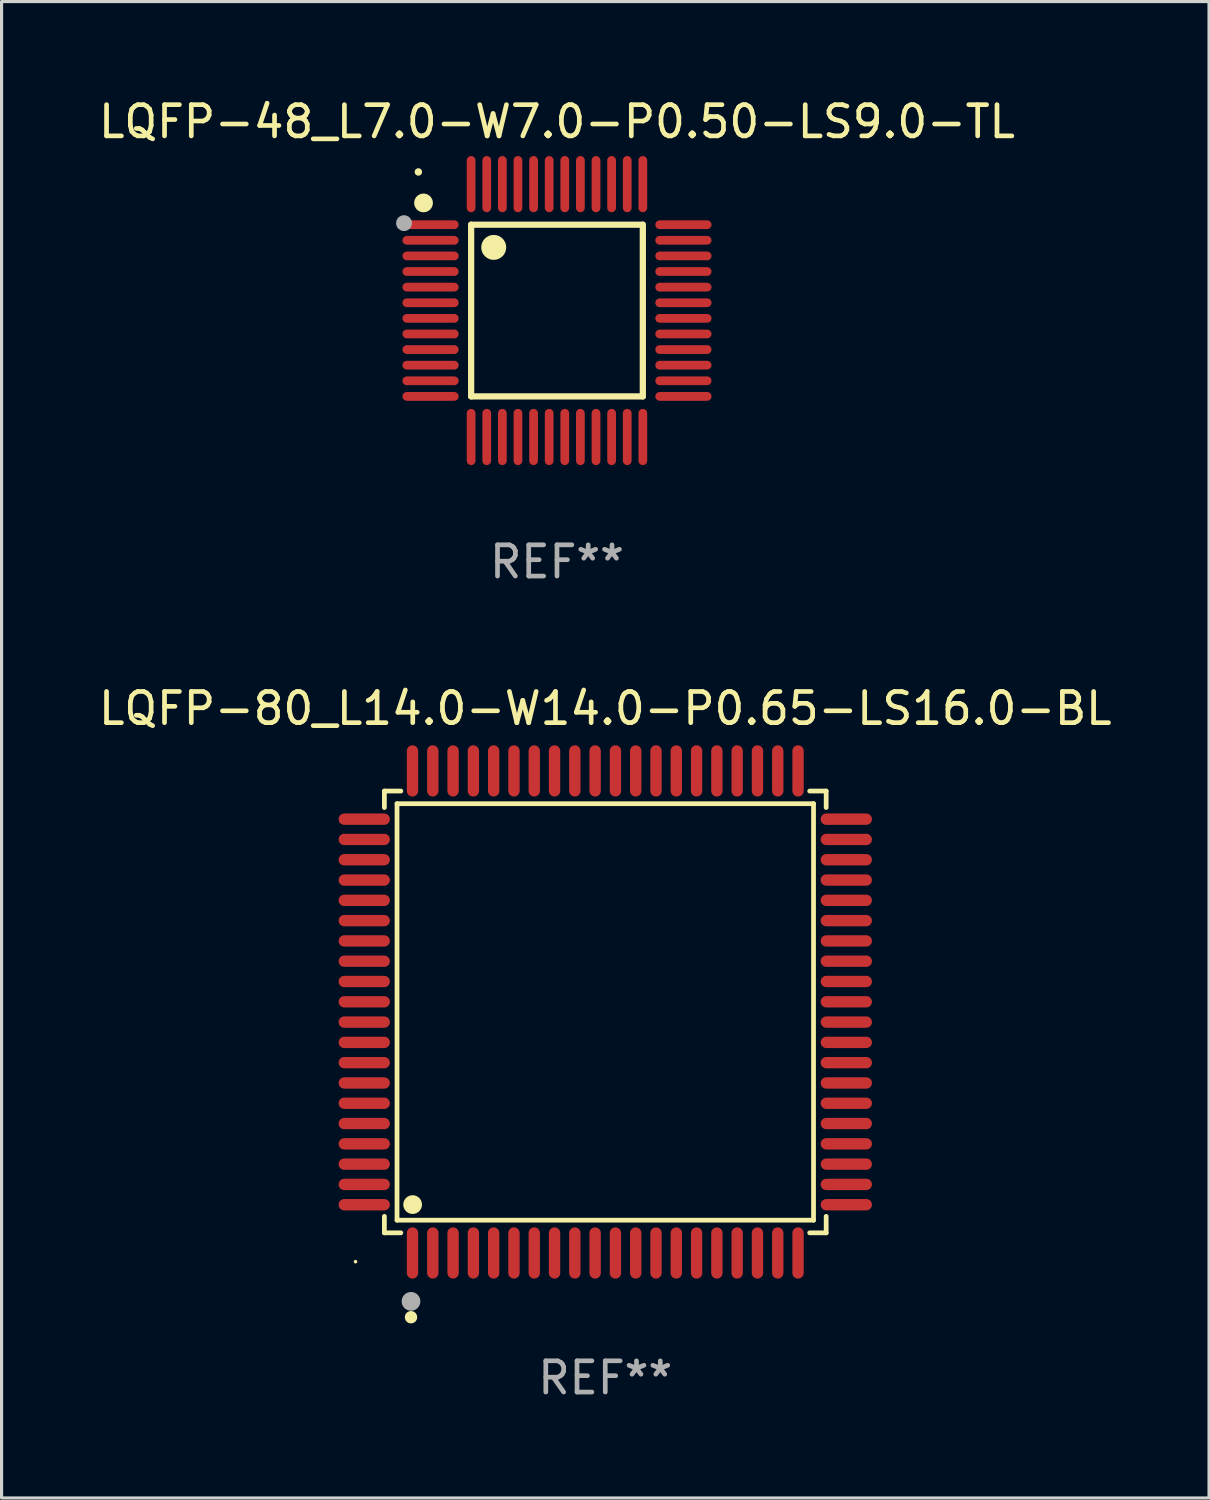
<source format=kicad_pcb>
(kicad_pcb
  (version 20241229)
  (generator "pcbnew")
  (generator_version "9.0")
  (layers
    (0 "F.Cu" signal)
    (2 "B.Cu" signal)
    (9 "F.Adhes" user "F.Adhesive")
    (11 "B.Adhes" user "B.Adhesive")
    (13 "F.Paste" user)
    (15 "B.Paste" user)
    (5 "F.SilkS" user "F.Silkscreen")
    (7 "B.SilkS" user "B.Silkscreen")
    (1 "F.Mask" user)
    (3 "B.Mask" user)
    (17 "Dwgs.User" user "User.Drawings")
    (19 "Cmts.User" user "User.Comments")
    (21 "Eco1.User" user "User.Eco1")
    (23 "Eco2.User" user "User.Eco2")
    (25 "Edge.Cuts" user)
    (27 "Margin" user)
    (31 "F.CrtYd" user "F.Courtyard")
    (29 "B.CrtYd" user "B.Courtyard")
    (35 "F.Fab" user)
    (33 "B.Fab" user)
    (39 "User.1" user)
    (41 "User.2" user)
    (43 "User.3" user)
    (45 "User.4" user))
  (footprint "LQFP-48_L7.0-W7.0-P0.50-LS9.0-TL"
    (layer "F.Cu")
    (at 14.792 6.898)
    (property "Reference" "LQFP-48_L7.0-W7.0-P0.50-LS9.0-TL" (at 0 -6.05 0) (layer "F.SilkS") (effects (font (size 1 1) (thickness 0.15))))
    (attr smd)
    (fp_line (start -2.75 -2.75) (end 2.75 -2.75) (stroke (width 0.2) (type solid)) (layer "F.SilkS"))
    (fp_line (start -2.75 2.75) (end -2.75 -2.75) (stroke (width 0.2) (type solid)) (layer "F.SilkS"))
    (fp_line (start 2.75 -2.75) (end 2.75 2.75) (stroke (width 0.2) (type solid)) (layer "F.SilkS"))
    (fp_line (start 2.75 2.75) (end -2.75 2.75) (stroke (width 0.2) (type solid)) (layer "F.SilkS"))
    (fp_arc (start -4.124968 -3.446787) (mid -4.424963 -3.448267) (end -4.124965 -3.448908) (stroke (width 0.3) (type solid)) (layer "F.SilkS"))
    (fp_arc (start -1.826264 -2.021844) (mid -2.22626 -2.02297) (end -1.826266 -2.024672) (stroke (width 0.4) (type solid)) (layer "F.SilkS"))
    (fp_circle (center -4.44 -4.44) (end -4.38 -4.44) (stroke (width 0.12) (type solid)) (fill no) (layer "F.SilkS"))
    (fp_circle (center -4.9 -2.8) (end -4.773 -2.8) (stroke (width 0.254) (type solid)) (fill no) (layer "F.Fab"))
    (fp_text user "REF**" (at 0 8.05 0) (layer "F.Fab") (effects (font (size 1 1) (thickness 0.15))))
    (pad "1" smd oval (at -4.05 -2.75 90) (size 0.28 1.8) (layers "F.Cu" "F.Mask" "F.Paste"))
    (pad "2" smd oval (at -4.05 -2.25 90) (size 0.28 1.8) (layers "F.Cu" "F.Mask" "F.Paste"))
    (pad "3" smd oval (at -4.05 -1.75 90) (size 0.28 1.8) (layers "F.Cu" "F.Mask" "F.Paste"))
    (pad "4" smd oval (at -4.05 -1.25 90) (size 0.28 1.8) (layers "F.Cu" "F.Mask" "F.Paste"))
    (pad "5" smd oval (at -4.05 -0.75 90) (size 0.28 1.8) (layers "F.Cu" "F.Mask" "F.Paste"))
    (pad "6" smd oval (at -4.05 -0.25 90) (size 0.28 1.8) (layers "F.Cu" "F.Mask" "F.Paste"))
    (pad "7" smd oval (at -4.05 0.25 90) (size 0.28 1.8) (layers "F.Cu" "F.Mask" "F.Paste"))
    (pad "8" smd oval (at -4.05 0.75 90) (size 0.28 1.8) (layers "F.Cu" "F.Mask" "F.Paste"))
    (pad "9" smd oval (at -4.05 1.25 90) (size 0.28 1.8) (layers "F.Cu" "F.Mask" "F.Paste"))
    (pad "10" smd oval (at -4.05 1.75 90) (size 0.28 1.8) (layers "F.Cu" "F.Mask" "F.Paste"))
    (pad "11" smd oval (at -4.05 2.25 90) (size 0.28 1.8) (layers "F.Cu" "F.Mask" "F.Paste"))
    (pad "12" smd oval (at -4.05 2.75 90) (size 0.28 1.8) (layers "F.Cu" "F.Mask" "F.Paste"))
    (pad "13" smd oval (at -2.75 4.05) (size 0.28 1.8) (layers "F.Cu" "F.Mask" "F.Paste"))
    (pad "14" smd oval (at -2.25 4.05) (size 0.28 1.8) (layers "F.Cu" "F.Mask" "F.Paste"))
    (pad "15" smd oval (at -1.75 4.05) (size 0.28 1.8) (layers "F.Cu" "F.Mask" "F.Paste"))
    (pad "16" smd oval (at -1.25 4.05) (size 0.28 1.8) (layers "F.Cu" "F.Mask" "F.Paste"))
    (pad "17" smd oval (at -0.75 4.05) (size 0.28 1.8) (layers "F.Cu" "F.Mask" "F.Paste"))
    (pad "18" smd oval (at -0.25 4.05) (size 0.28 1.8) (layers "F.Cu" "F.Mask" "F.Paste"))
    (pad "19" smd oval (at 0.25 4.05) (size 0.28 1.8) (layers "F.Cu" "F.Mask" "F.Paste"))
    (pad "20" smd oval (at 0.75 4.05) (size 0.28 1.8) (layers "F.Cu" "F.Mask" "F.Paste"))
    (pad "21" smd oval (at 1.25 4.05) (size 0.28 1.8) (layers "F.Cu" "F.Mask" "F.Paste"))
    (pad "22" smd oval (at 1.75 4.05) (size 0.28 1.8) (layers "F.Cu" "F.Mask" "F.Paste"))
    (pad "23" smd oval (at 2.25 4.05) (size 0.28 1.8) (layers "F.Cu" "F.Mask" "F.Paste"))
    (pad "24" smd oval (at 2.75 4.05) (size 0.28 1.8) (layers "F.Cu" "F.Mask" "F.Paste"))
    (pad "25" smd oval (at 4.05 2.75 90) (size 0.28 1.8) (layers "F.Cu" "F.Mask" "F.Paste"))
    (pad "26" smd oval (at 4.05 2.25 90) (size 0.28 1.8) (layers "F.Cu" "F.Mask" "F.Paste"))
    (pad "27" smd oval (at 4.05 1.75 90) (size 0.28 1.8) (layers "F.Cu" "F.Mask" "F.Paste"))
    (pad "28" smd oval (at 4.05 1.25 90) (size 0.28 1.8) (layers "F.Cu" "F.Mask" "F.Paste"))
    (pad "29" smd oval (at 4.05 0.75 90) (size 0.28 1.8) (layers "F.Cu" "F.Mask" "F.Paste"))
    (pad "30" smd oval (at 4.05 0.25 90) (size 0.28 1.8) (layers "F.Cu" "F.Mask" "F.Paste"))
    (pad "31" smd oval (at 4.05 -0.25 90) (size 0.28 1.8) (layers "F.Cu" "F.Mask" "F.Paste"))
    (pad "32" smd oval (at 4.05 -0.75 90) (size 0.28 1.8) (layers "F.Cu" "F.Mask" "F.Paste"))
    (pad "33" smd oval (at 4.05 -1.25 90) (size 0.28 1.8) (layers "F.Cu" "F.Mask" "F.Paste"))
    (pad "34" smd oval (at 4.05 -1.75 90) (size 0.28 1.8) (layers "F.Cu" "F.Mask" "F.Paste"))
    (pad "35" smd oval (at 4.05 -2.25 90) (size 0.28 1.8) (layers "F.Cu" "F.Mask" "F.Paste"))
    (pad "36" smd oval (at 4.05 -2.75 90) (size 0.28 1.8) (layers "F.Cu" "F.Mask" "F.Paste"))
    (pad "37" smd oval (at 2.75 -4.05) (size 0.28 1.8) (layers "F.Cu" "F.Mask" "F.Paste"))
    (pad "38" smd oval (at 2.25 -4.05) (size 0.28 1.8) (layers "F.Cu" "F.Mask" "F.Paste"))
    (pad "39" smd oval (at 1.75 -4.05) (size 0.28 1.8) (layers "F.Cu" "F.Mask" "F.Paste"))
    (pad "40" smd oval (at 1.25 -4.05) (size 0.28 1.8) (layers "F.Cu" "F.Mask" "F.Paste"))
    (pad "41" smd oval (at 0.75 -4.05) (size 0.28 1.8) (layers "F.Cu" "F.Mask" "F.Paste"))
    (pad "42" smd oval (at 0.25 -4.05) (size 0.28 1.8) (layers "F.Cu" "F.Mask" "F.Paste"))
    (pad "43" smd oval (at -0.25 -4.05) (size 0.28 1.8) (layers "F.Cu" "F.Mask" "F.Paste"))
    (pad "44" smd oval (at -0.75 -4.05) (size 0.28 1.8) (layers "F.Cu" "F.Mask" "F.Paste"))
    (pad "45" smd oval (at -1.25 -4.05) (size 0.28 1.8) (layers "F.Cu" "F.Mask" "F.Paste"))
    (pad "46" smd oval (at -1.75 -4.05) (size 0.28 1.8) (layers "F.Cu" "F.Mask" "F.Paste"))
    (pad "47" smd oval (at -2.25 -4.05) (size 0.28 1.8) (layers "F.Cu" "F.Mask" "F.Paste"))
    (pad "48" smd oval (at -2.75 -4.05) (size 0.28 1.8) (layers "F.Cu" "F.Mask" "F.Paste")))
  (footprint "LQFP-80_L14.0-W14.0-P0.65-LS16.0-BL"
    (layer "F.Cu")
    (at 16.339 29.366)
    (property "Reference" "LQFP-80_L14.0-W14.0-P0.65-LS16.0-BL" (at 0 -9.721 180) (layer "F.SilkS") (effects (font (size 1 1) (thickness 0.15))))
    (attr smd)
    (fp_line (start -7.076 -7.076) (end -6.548 -7.076) (stroke (width 0.152) (type solid)) (layer "F.SilkS"))
    (fp_line (start -7.076 -6.548) (end -7.076 -7.076) (stroke (width 0.152) (type solid)) (layer "F.SilkS"))
    (fp_line (start -7.076 6.548) (end -7.076 7.076) (stroke (width 0.152) (type solid)) (layer "F.SilkS"))
    (fp_line (start -7.076 7.076) (end -6.548 7.076) (stroke (width 0.152) (type solid)) (layer "F.SilkS"))
    (fp_line (start -6.671 -6.671) (end 6.671 -6.671) (stroke (width 0.152) (type solid)) (layer "F.SilkS"))
    (fp_line (start -6.671 6.671) (end -6.671 -6.671) (stroke (width 0.152) (type solid)) (layer "F.SilkS"))
    (fp_line (start 6.671 -6.671) (end 6.671 6.671) (stroke (width 0.152) (type solid)) (layer "F.SilkS"))
    (fp_line (start 6.671 6.671) (end -6.671 6.671) (stroke (width 0.152) (type solid)) (layer "F.SilkS"))
    (fp_line (start 7.076 -7.076) (end 6.548 -7.076) (stroke (width 0.152) (type solid)) (layer "F.SilkS"))
    (fp_line (start 7.076 -6.548) (end 7.076 -7.076) (stroke (width 0.152) (type solid)) (layer "F.SilkS"))
    (fp_line (start 7.076 6.548) (end 7.076 7.076) (stroke (width 0.152) (type solid)) (layer "F.SilkS"))
    (fp_line (start 7.076 7.076) (end 6.548 7.076) (stroke (width 0.152) (type solid)) (layer "F.SilkS"))
    (fp_circle (center -8 8) (end -7.97 8) (stroke (width 0.06) (type solid)) (fill no) (layer "F.SilkS"))
    (fp_circle (center -6.223 9.779) (end -6.123 9.779) (stroke (width 0.2) (type solid)) (fill no) (layer "F.SilkS"))
    (fp_circle (center -6.171 6.171) (end -6.021 6.171) (stroke (width 0.3) (type solid)) (fill no) (layer "F.SilkS"))
    (fp_circle (center -6.223 9.271) (end -6.073 9.271) (stroke (width 0.3) (type solid)) (fill no) (layer "F.Fab"))
    (fp_text user "REF**" (at 0 11.721 180) (layer "F.Fab") (effects (font (size 1 1) (thickness 0.15))))
    (pad "1" smd oval (at -6.175 7.721) (size 0.364 1.642) (layers "F.Cu" "F.Mask" "F.Paste"))
    (pad "2" smd oval (at -5.525 7.721) (size 0.364 1.642) (layers "F.Cu" "F.Mask" "F.Paste"))
    (pad "3" smd oval (at -4.875 7.721) (size 0.364 1.642) (layers "F.Cu" "F.Mask" "F.Paste"))
    (pad "4" smd oval (at -4.225 7.721) (size 0.364 1.642) (layers "F.Cu" "F.Mask" "F.Paste"))
    (pad "5" smd oval (at -3.575 7.721) (size 0.364 1.642) (layers "F.Cu" "F.Mask" "F.Paste"))
    (pad "6" smd oval (at -2.925 7.721) (size 0.364 1.642) (layers "F.Cu" "F.Mask" "F.Paste"))
    (pad "7" smd oval (at -2.275 7.721) (size 0.364 1.642) (layers "F.Cu" "F.Mask" "F.Paste"))
    (pad "8" smd oval (at -1.625 7.721) (size 0.364 1.642) (layers "F.Cu" "F.Mask" "F.Paste"))
    (pad "9" smd oval (at -0.975 7.721) (size 0.364 1.642) (layers "F.Cu" "F.Mask" "F.Paste"))
    (pad "10" smd oval (at -0.325 7.721) (size 0.364 1.642) (layers "F.Cu" "F.Mask" "F.Paste"))
    (pad "11" smd oval (at 0.325 7.721) (size 0.364 1.642) (layers "F.Cu" "F.Mask" "F.Paste"))
    (pad "12" smd oval (at 0.975 7.721) (size 0.364 1.642) (layers "F.Cu" "F.Mask" "F.Paste"))
    (pad "13" smd oval (at 1.625 7.721) (size 0.364 1.642) (layers "F.Cu" "F.Mask" "F.Paste"))
    (pad "14" smd oval (at 2.275 7.721) (size 0.364 1.642) (layers "F.Cu" "F.Mask" "F.Paste"))
    (pad "15" smd oval (at 2.925 7.721) (size 0.364 1.642) (layers "F.Cu" "F.Mask" "F.Paste"))
    (pad "16" smd oval (at 3.575 7.721) (size 0.364 1.642) (layers "F.Cu" "F.Mask" "F.Paste"))
    (pad "17" smd oval (at 4.225 7.721) (size 0.364 1.642) (layers "F.Cu" "F.Mask" "F.Paste"))
    (pad "18" smd oval (at 4.875 7.721) (size 0.364 1.642) (layers "F.Cu" "F.Mask" "F.Paste"))
    (pad "19" smd oval (at 5.525 7.721) (size 0.364 1.642) (layers "F.Cu" "F.Mask" "F.Paste"))
    (pad "20" smd oval (at 6.175 7.721) (size 0.364 1.642) (layers "F.Cu" "F.Mask" "F.Paste"))
    (pad "21" smd oval (at 7.721 6.175) (size 1.642 0.364) (layers "F.Cu" "F.Mask" "F.Paste"))
    (pad "22" smd oval (at 7.721 5.525) (size 1.642 0.364) (layers "F.Cu" "F.Mask" "F.Paste"))
    (pad "23" smd oval (at 7.721 4.875) (size 1.642 0.364) (layers "F.Cu" "F.Mask" "F.Paste"))
    (pad "24" smd oval (at 7.721 4.225) (size 1.642 0.364) (layers "F.Cu" "F.Mask" "F.Paste"))
    (pad "25" smd oval (at 7.721 3.575) (size 1.642 0.364) (layers "F.Cu" "F.Mask" "F.Paste"))
    (pad "26" smd oval (at 7.721 2.925) (size 1.642 0.364) (layers "F.Cu" "F.Mask" "F.Paste"))
    (pad "27" smd oval (at 7.721 2.275) (size 1.642 0.364) (layers "F.Cu" "F.Mask" "F.Paste"))
    (pad "28" smd oval (at 7.721 1.625) (size 1.642 0.364) (layers "F.Cu" "F.Mask" "F.Paste"))
    (pad "29" smd oval (at 7.721 0.975) (size 1.642 0.364) (layers "F.Cu" "F.Mask" "F.Paste"))
    (pad "30" smd oval (at 7.721 0.325) (size 1.642 0.364) (layers "F.Cu" "F.Mask" "F.Paste"))
    (pad "31" smd oval (at 7.721 -0.325) (size 1.642 0.364) (layers "F.Cu" "F.Mask" "F.Paste"))
    (pad "32" smd oval (at 7.721 -0.975) (size 1.642 0.364) (layers "F.Cu" "F.Mask" "F.Paste"))
    (pad "33" smd oval (at 7.721 -1.625) (size 1.642 0.364) (layers "F.Cu" "F.Mask" "F.Paste"))
    (pad "34" smd oval (at 7.721 -2.275) (size 1.642 0.364) (layers "F.Cu" "F.Mask" "F.Paste"))
    (pad "35" smd oval (at 7.721 -2.925) (size 1.642 0.364) (layers "F.Cu" "F.Mask" "F.Paste"))
    (pad "36" smd oval (at 7.721 -3.575) (size 1.642 0.364) (layers "F.Cu" "F.Mask" "F.Paste"))
    (pad "37" smd oval (at 7.721 -4.225) (size 1.642 0.364) (layers "F.Cu" "F.Mask" "F.Paste"))
    (pad "38" smd oval (at 7.721 -4.875) (size 1.642 0.364) (layers "F.Cu" "F.Mask" "F.Paste"))
    (pad "39" smd oval (at 7.721 -5.525) (size 1.642 0.364) (layers "F.Cu" "F.Mask" "F.Paste"))
    (pad "40" smd oval (at 7.721 -6.175) (size 1.642 0.364) (layers "F.Cu" "F.Mask" "F.Paste"))
    (pad "41" smd oval (at 6.175 -7.721) (size 0.364 1.642) (layers "F.Cu" "F.Mask" "F.Paste"))
    (pad "42" smd oval (at 5.525 -7.721) (size 0.364 1.642) (layers "F.Cu" "F.Mask" "F.Paste"))
    (pad "43" smd oval (at 4.875 -7.721) (size 0.364 1.642) (layers "F.Cu" "F.Mask" "F.Paste"))
    (pad "44" smd oval (at 4.225 -7.721) (size 0.364 1.642) (layers "F.Cu" "F.Mask" "F.Paste"))
    (pad "45" smd oval (at 3.575 -7.721) (size 0.364 1.642) (layers "F.Cu" "F.Mask" "F.Paste"))
    (pad "46" smd oval (at 2.925 -7.721) (size 0.364 1.642) (layers "F.Cu" "F.Mask" "F.Paste"))
    (pad "47" smd oval (at 2.275 -7.721) (size 0.364 1.642) (layers "F.Cu" "F.Mask" "F.Paste"))
    (pad "48" smd oval (at 1.625 -7.721) (size 0.364 1.642) (layers "F.Cu" "F.Mask" "F.Paste"))
    (pad "49" smd oval (at 0.975 -7.721) (size 0.364 1.642) (layers "F.Cu" "F.Mask" "F.Paste"))
    (pad "50" smd oval (at 0.325 -7.721) (size 0.364 1.642) (layers "F.Cu" "F.Mask" "F.Paste"))
    (pad "51" smd oval (at -0.325 -7.721) (size 0.364 1.642) (layers "F.Cu" "F.Mask" "F.Paste"))
    (pad "52" smd oval (at -0.975 -7.721) (size 0.364 1.642) (layers "F.Cu" "F.Mask" "F.Paste"))
    (pad "53" smd oval (at -1.625 -7.721) (size 0.364 1.642) (layers "F.Cu" "F.Mask" "F.Paste"))
    (pad "54" smd oval (at -2.275 -7.721) (size 0.364 1.642) (layers "F.Cu" "F.Mask" "F.Paste"))
    (pad "55" smd oval (at -2.925 -7.721) (size 0.364 1.642) (layers "F.Cu" "F.Mask" "F.Paste"))
    (pad "56" smd oval (at -3.575 -7.721) (size 0.364 1.642) (layers "F.Cu" "F.Mask" "F.Paste"))
    (pad "57" smd oval (at -4.225 -7.721) (size 0.364 1.642) (layers "F.Cu" "F.Mask" "F.Paste"))
    (pad "58" smd oval (at -4.875 -7.721) (size 0.364 1.642) (layers "F.Cu" "F.Mask" "F.Paste"))
    (pad "59" smd oval (at -5.525 -7.721) (size 0.364 1.642) (layers "F.Cu" "F.Mask" "F.Paste"))
    (pad "60" smd oval (at -6.175 -7.721) (size 0.364 1.642) (layers "F.Cu" "F.Mask" "F.Paste"))
    (pad "61" smd oval (at -7.721 -6.175) (size 1.642 0.364) (layers "F.Cu" "F.Mask" "F.Paste"))
    (pad "62" smd oval (at -7.721 -5.525) (size 1.642 0.364) (layers "F.Cu" "F.Mask" "F.Paste"))
    (pad "63" smd oval (at -7.721 -4.875) (size 1.642 0.364) (layers "F.Cu" "F.Mask" "F.Paste"))
    (pad "64" smd oval (at -7.721 -4.225) (size 1.642 0.364) (layers "F.Cu" "F.Mask" "F.Paste"))
    (pad "65" smd oval (at -7.721 -3.575) (size 1.642 0.364) (layers "F.Cu" "F.Mask" "F.Paste"))
    (pad "66" smd oval (at -7.721 -2.925) (size 1.642 0.364) (layers "F.Cu" "F.Mask" "F.Paste"))
    (pad "67" smd oval (at -7.721 -2.275) (size 1.642 0.364) (layers "F.Cu" "F.Mask" "F.Paste"))
    (pad "68" smd oval (at -7.721 -1.625) (size 1.642 0.364) (layers "F.Cu" "F.Mask" "F.Paste"))
    (pad "69" smd oval (at -7.721 -0.975) (size 1.642 0.364) (layers "F.Cu" "F.Mask" "F.Paste"))
    (pad "70" smd oval (at -7.721 -0.325) (size 1.642 0.364) (layers "F.Cu" "F.Mask" "F.Paste"))
    (pad "71" smd oval (at -7.721 0.325) (size 1.642 0.364) (layers "F.Cu" "F.Mask" "F.Paste"))
    (pad "72" smd oval (at -7.721 0.975) (size 1.642 0.364) (layers "F.Cu" "F.Mask" "F.Paste"))
    (pad "73" smd oval (at -7.721 1.625) (size 1.642 0.364) (layers "F.Cu" "F.Mask" "F.Paste"))
    (pad "74" smd oval (at -7.721 2.275) (size 1.642 0.364) (layers "F.Cu" "F.Mask" "F.Paste"))
    (pad "75" smd oval (at -7.721 2.925) (size 1.642 0.364) (layers "F.Cu" "F.Mask" "F.Paste"))
    (pad "76" smd oval (at -7.721 3.575) (size 1.642 0.364) (layers "F.Cu" "F.Mask" "F.Paste"))
    (pad "77" smd oval (at -7.721 4.225) (size 1.642 0.364) (layers "F.Cu" "F.Mask" "F.Paste"))
    (pad "78" smd oval (at -7.721 4.875) (size 1.642 0.364) (layers "F.Cu" "F.Mask" "F.Paste"))
    (pad "79" smd oval (at -7.721 5.525) (size 1.642 0.364) (layers "F.Cu" "F.Mask" "F.Paste"))
    (pad "80" smd oval (at -7.721 6.175) (size 1.642 0.364) (layers "F.Cu" "F.Mask" "F.Paste")))
  (gr_rect
    (start -3 -3)
    (end 35.679 44.935)
    (stroke (width 0.1) (type default))
    (fill no)
    (layer "Edge.Cuts")))
</source>
